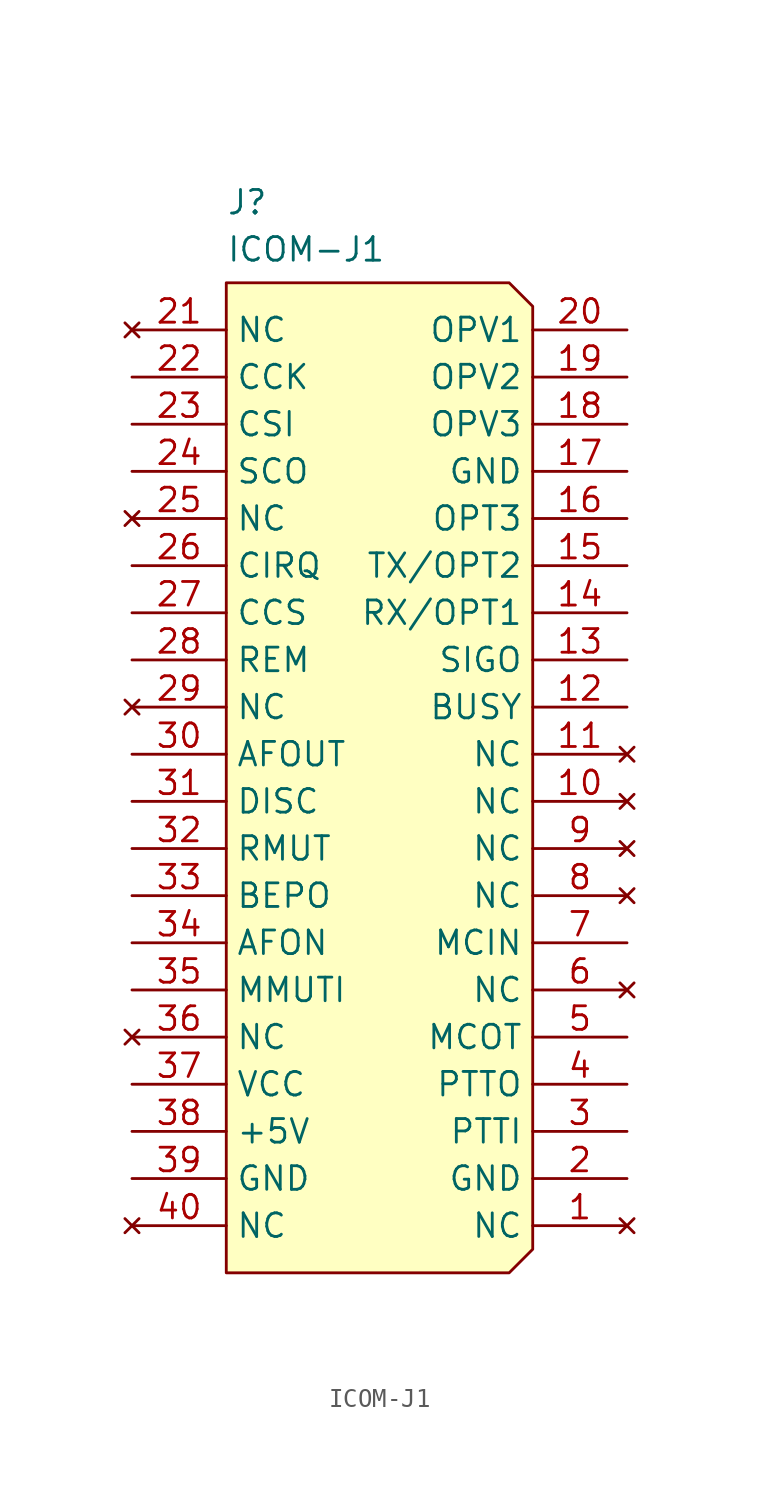
<source format=kicad_sym>
(kicad_symbol_lib
  (version 20231120)
  (generator "kicad_symbol_editor")
  (generator_version "8.0")
  (symbol "ICOM-J1"
    (property "Reference" "J"
      (at 5.08 7.62 0)
      (effects (font (size 1.27 1.27)) (justify left top)))
    (property "Value" "ICOM-J1"
      (at 5.08 5.08 0)
      (effects (font (size 1.27 1.27)) (justify left top)))
    (symbol "ICOM-J1_1_1"
      (polyline (pts (xy 5.08 -50.8) (xy 5.08 2.54) (xy 20.32 2.54) (xy 21.59 1.27) (xy 21.59 -49.53) (xy 20.32 -50.8) (xy 5.08 -50.8)) (stroke (width 0) (type default)) (fill (type background)))
      (pin no_connect line (at 26.67 -48.26 180) (length 5.08) (name "NC" (effects (font (size 1.27 1.27)))) (number "1" (effects (font (size 1.27 1.27)))))
      (pin no_connect line (at 26.67 -25.4 180) (length 5.08) (name "NC" (effects (font (size 1.27 1.27)))) (number "10" (effects (font (size 1.27 1.27)))))
      (pin no_connect line (at 26.67 -22.86 180) (length 5.08) (name "NC" (effects (font (size 1.27 1.27)))) (number "11" (effects (font (size 1.27 1.27)))))
      (pin passive line (at 26.67 -20.32 180) (length 5.08) (name "BUSY" (effects (font (size 1.27 1.27)))) (number "12" (effects (font (size 1.27 1.27)))))
      (pin passive line (at 26.67 -17.78 180) (length 5.08) (name "SIGO" (effects (font (size 1.27 1.27)))) (number "13" (effects (font (size 1.27 1.27)))))
      (pin passive line (at 26.67 -15.24 180) (length 5.08) (name "RX/OPT1" (effects (font (size 1.27 1.27)))) (number "14" (effects (font (size 1.27 1.27)))))
      (pin passive line (at 26.67 -12.7 180) (length 5.08) (name "TX/OPT2" (effects (font (size 1.27 1.27)))) (number "15" (effects (font (size 1.27 1.27)))))
      (pin passive line (at 26.67 -10.16 180) (length 5.08) (name "OPT3" (effects (font (size 1.27 1.27)))) (number "16" (effects (font (size 1.27 1.27)))))
      (pin passive line (at 26.67 -7.62 180) (length 5.08) (name "GND" (effects (font (size 1.27 1.27)))) (number "17" (effects (font (size 1.27 1.27)))))
      (pin passive line (at 26.67 -5.08 180) (length 5.08) (name "OPV3" (effects (font (size 1.27 1.27)))) (number "18" (effects (font (size 1.27 1.27)))))
      (pin passive line (at 26.67 -2.54 180) (length 5.08) (name "OPV2" (effects (font (size 1.27 1.27)))) (number "19" (effects (font (size 1.27 1.27)))))
      (pin passive line (at 26.67 -45.72 180) (length 5.08) (name "GND" (effects (font (size 1.27 1.27)))) (number "2" (effects (font (size 1.27 1.27)))))
      (pin passive line (at 26.67 0 180) (length 5.08) (name "OPV1" (effects (font (size 1.27 1.27)))) (number "20" (effects (font (size 1.27 1.27)))))
      (pin no_connect line (at 0 0 0) (length 5.08) (name "NC" (effects (font (size 1.27 1.27)))) (number "21" (effects (font (size 1.27 1.27)))))
      (pin passive line (at 0 -2.54 0) (length 5.08) (name "CCK" (effects (font (size 1.27 1.27)))) (number "22" (effects (font (size 1.27 1.27)))))
      (pin passive line (at 0 -5.08 0) (length 5.08) (name "CSI" (effects (font (size 1.27 1.27)))) (number "23" (effects (font (size 1.27 1.27)))))
      (pin passive line (at 0 -7.62 0) (length 5.08) (name "SCO" (effects (font (size 1.27 1.27)))) (number "24" (effects (font (size 1.27 1.27)))))
      (pin no_connect line (at 0 -10.16 0) (length 5.08) (name "NC" (effects (font (size 1.27 1.27)))) (number "25" (effects (font (size 1.27 1.27)))))
      (pin passive line (at 0 -12.7 0) (length 5.08) (name "CIRQ" (effects (font (size 1.27 1.27)))) (number "26" (effects (font (size 1.27 1.27)))))
      (pin passive line (at 0 -15.24 0) (length 5.08) (name "CCS" (effects (font (size 1.27 1.27)))) (number "27" (effects (font (size 1.27 1.27)))))
      (pin passive line (at 0 -17.78 0) (length 5.08) (name "REM" (effects (font (size 1.27 1.27)))) (number "28" (effects (font (size 1.27 1.27)))))
      (pin no_connect line (at 0 -20.32 0) (length 5.08) (name "NC" (effects (font (size 1.27 1.27)))) (number "29" (effects (font (size 1.27 1.27)))))
      (pin passive line (at 26.67 -43.18 180) (length 5.08) (name "PTTI" (effects (font (size 1.27 1.27)))) (number "3" (effects (font (size 1.27 1.27)))))
      (pin passive line (at 0 -22.86 0) (length 5.08) (name "AFOUT" (effects (font (size 1.27 1.27)))) (number "30" (effects (font (size 1.27 1.27)))))
      (pin passive line (at 0 -25.4 0) (length 5.08) (name "DISC" (effects (font (size 1.27 1.27)))) (number "31" (effects (font (size 1.27 1.27)))))
      (pin passive line (at 0 -27.94 0) (length 5.08) (name "RMUT" (effects (font (size 1.27 1.27)))) (number "32" (effects (font (size 1.27 1.27)))))
      (pin passive line (at 0 -30.48 0) (length 5.08) (name "BEPO" (effects (font (size 1.27 1.27)))) (number "33" (effects (font (size 1.27 1.27)))))
      (pin passive line (at 0 -33.02 0) (length 5.08) (name "AFON" (effects (font (size 1.27 1.27)))) (number "34" (effects (font (size 1.27 1.27)))))
      (pin passive line (at 0 -35.56 0) (length 5.08) (name "MMUTI" (effects (font (size 1.27 1.27)))) (number "35" (effects (font (size 1.27 1.27)))))
      (pin no_connect line (at 0 -38.1 0) (length 5.08) (name "NC" (effects (font (size 1.27 1.27)))) (number "36" (effects (font (size 1.27 1.27)))))
      (pin passive line (at 0 -40.64 0) (length 5.08) (name "VCC" (effects (font (size 1.27 1.27)))) (number "37" (effects (font (size 1.27 1.27)))))
      (pin passive line (at 0 -43.18 0) (length 5.08) (name "+5V" (effects (font (size 1.27 1.27)))) (number "38" (effects (font (size 1.27 1.27)))))
      (pin passive line (at 0 -45.72 0) (length 5.08) (name "GND" (effects (font (size 1.27 1.27)))) (number "39" (effects (font (size 1.27 1.27)))))
      (pin passive line (at 26.67 -40.64 180) (length 5.08) (name "PTTO" (effects (font (size 1.27 1.27)))) (number "4" (effects (font (size 1.27 1.27)))))
      (pin no_connect line (at 0 -48.26 0) (length 5.08) (name "NC" (effects (font (size 1.27 1.27)))) (number "40" (effects (font (size 1.27 1.27)))))
      (pin passive line (at 26.67 -38.1 180) (length 5.08) (name "MCOT" (effects (font (size 1.27 1.27)))) (number "5" (effects (font (size 1.27 1.27)))))
      (pin no_connect line (at 26.67 -35.56 180) (length 5.08) (name "NC" (effects (font (size 1.27 1.27)))) (number "6" (effects (font (size 1.27 1.27)))))
      (pin passive line (at 26.67 -33.02 180) (length 5.08) (name "MCIN" (effects (font (size 1.27 1.27)))) (number "7" (effects (font (size 1.27 1.27)))))
      (pin no_connect line (at 26.67 -30.48 180) (length 5.08) (name "NC" (effects (font (size 1.27 1.27)))) (number "8" (effects (font (size 1.27 1.27)))))
      (pin no_connect line (at 26.67 -27.94 180) (length 5.08) (name "NC" (effects (font (size 1.27 1.27)))) (number "9" (effects (font (size 1.27 1.27))))))))
</source>
